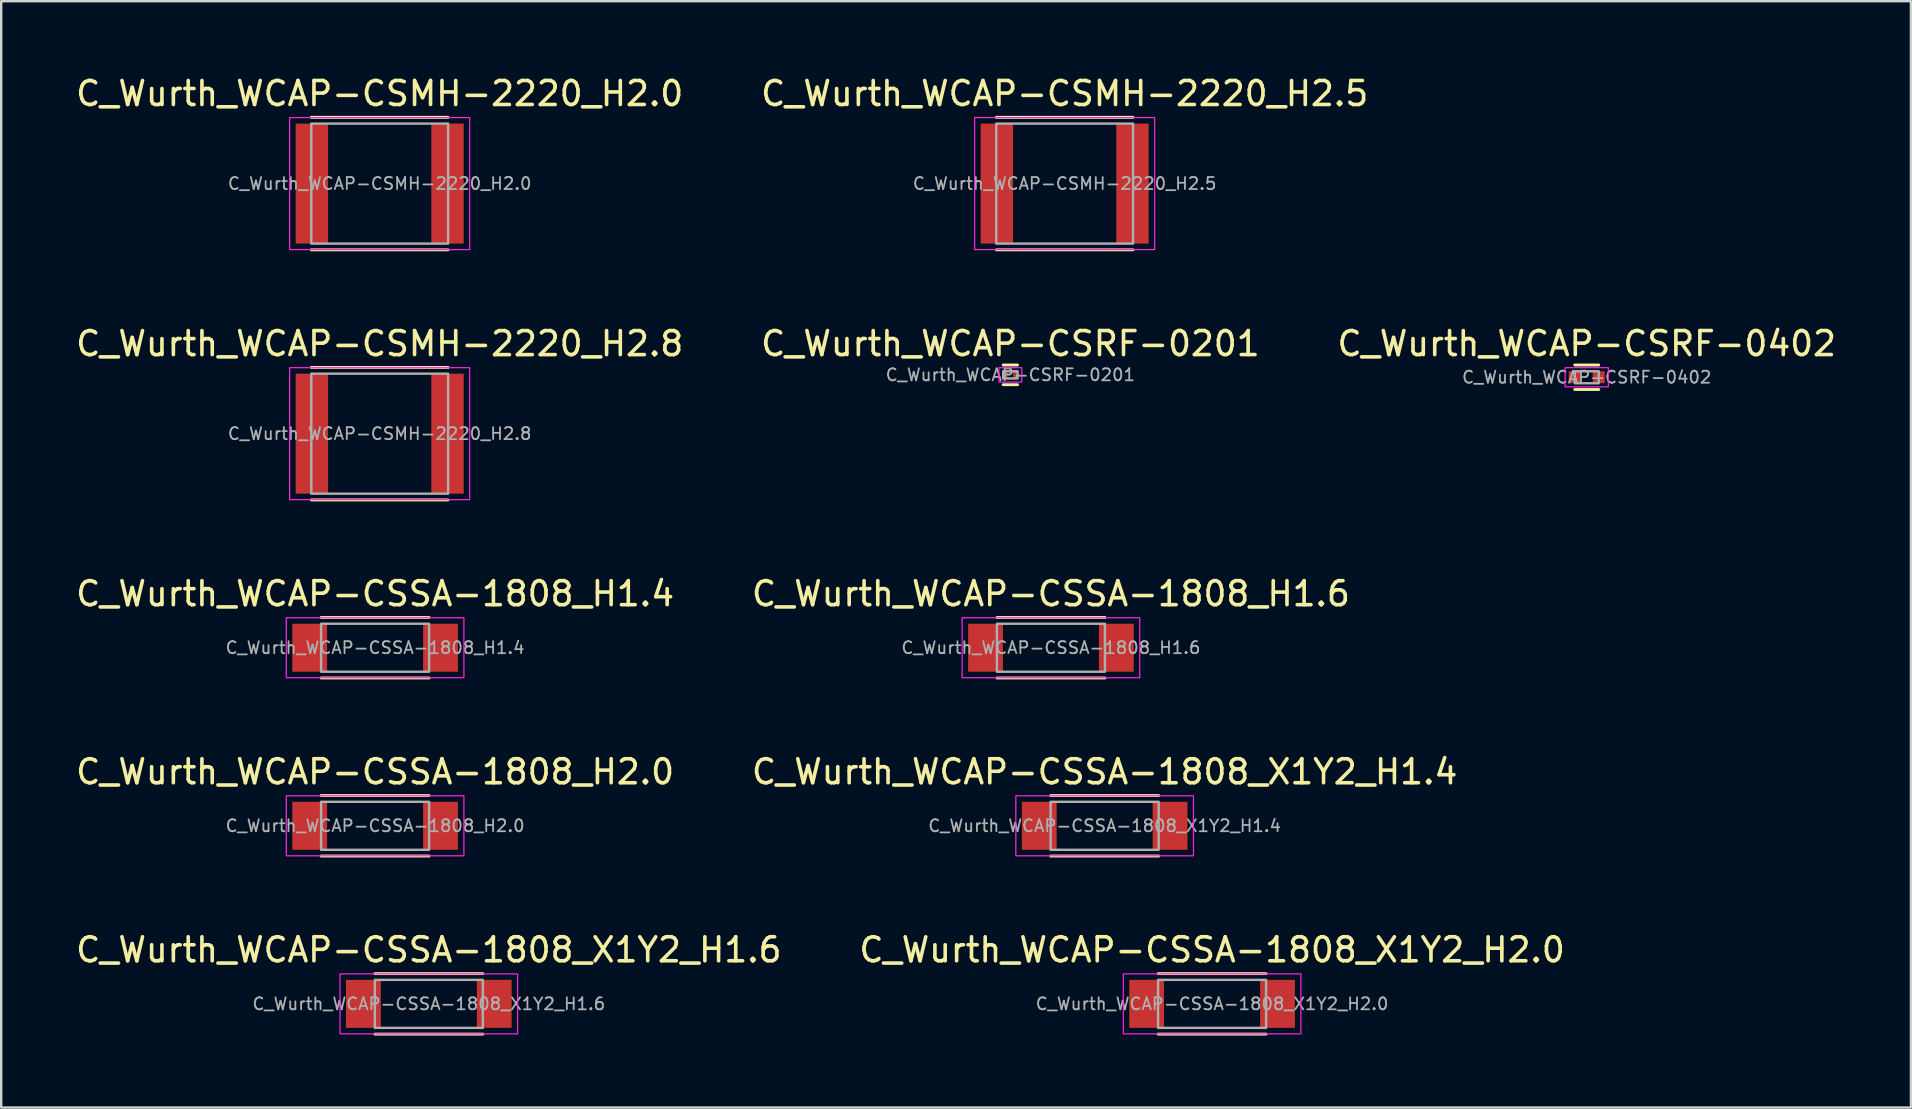
<source format=kicad_pcb>
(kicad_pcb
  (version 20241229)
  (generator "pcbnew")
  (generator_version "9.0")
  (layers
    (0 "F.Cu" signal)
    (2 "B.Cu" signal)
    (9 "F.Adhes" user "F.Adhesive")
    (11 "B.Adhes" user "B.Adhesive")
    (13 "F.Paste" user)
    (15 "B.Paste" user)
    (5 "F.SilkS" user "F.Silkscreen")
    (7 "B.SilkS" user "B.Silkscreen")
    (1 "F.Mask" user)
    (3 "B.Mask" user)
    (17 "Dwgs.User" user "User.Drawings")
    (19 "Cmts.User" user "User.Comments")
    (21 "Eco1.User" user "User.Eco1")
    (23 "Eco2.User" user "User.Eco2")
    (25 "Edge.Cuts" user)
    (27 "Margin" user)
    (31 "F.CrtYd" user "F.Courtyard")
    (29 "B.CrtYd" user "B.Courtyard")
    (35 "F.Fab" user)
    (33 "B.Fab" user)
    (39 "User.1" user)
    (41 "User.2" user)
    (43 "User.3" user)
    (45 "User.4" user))
  (footprint "C_Wurth_WCAP-CSSA-1808_H1.4"
    (layer "F.Cu")
    (at 12.577 23.935)
    (property "Reference" "C_Wurth_WCAP-CSSA-1808_H1.4" (at 0 -2.25 0) (unlocked yes) (layer "F.SilkS") (effects (font (size 1 1) (thickness 0.15))))
    (attr smd)
    (fp_line (start -2.25 -1.26) (end 2.25 -1.26) (stroke (width 0.12) (type solid)) (layer "F.SilkS"))
    (fp_line (start -2.25 1.26) (end 2.25 1.26) (stroke (width 0.12) (type solid)) (layer "F.SilkS"))
    (fp_rect (start -3.7 -1.25) (end 3.7 1.25) (stroke (width 0.05) (type solid)) (fill no) (layer "F.CrtYd"))
    (fp_rect (start -2.25 -1) (end 2.25 1) (stroke (width 0.1) (type solid)) (fill no) (layer "F.Fab"))
    (fp_text user "${REFERENCE}" (at 0 0 0) (unlocked yes) (layer "F.Fab") (effects (font (size 0.5 0.5) (thickness 0.075))))
    (pad "1" smd rect (at -2.725 0) (size 1.45 2) (layers "F.Cu" "F.Mask" "F.Paste"))
    (pad "2" smd rect (at 2.725 0) (size 1.45 2) (layers "F.Cu" "F.Mask" "F.Paste")))
  (footprint "C_Wurth_WCAP-CSMH-2220_H2.0"
    (layer "F.Cu")
    (at 12.768 4.598)
    (property "Reference" "C_Wurth_WCAP-CSMH-2220_H2.0" (at 0 -3.75 0) (unlocked yes) (layer "F.SilkS") (effects (font (size 1 1) (thickness 0.15))))
    (attr smd)
    (fp_line (start -2.85 -2.76) (end 2.85 -2.76) (stroke (width 0.12) (type solid)) (layer "F.SilkS"))
    (fp_line (start -2.85 2.76) (end 2.85 2.76) (stroke (width 0.12) (type solid)) (layer "F.SilkS"))
    (fp_rect (start -3.75 -2.75) (end 3.75 2.75) (stroke (width 0.05) (type solid)) (fill no) (layer "F.CrtYd"))
    (fp_rect (start -2.85 -2.5) (end 2.85 2.5) (stroke (width 0.1) (type solid)) (fill no) (layer "F.Fab"))
    (fp_text user "${REFERENCE}" (at 0 0 0) (unlocked yes) (layer "F.Fab") (effects (font (size 0.5 0.5) (thickness 0.075))))
    (pad "1" smd rect (at -2.825 0) (size 1.35 5) (layers "F.Cu" "F.Mask" "F.Paste"))
    (pad "2" smd rect (at 2.825 0) (size 1.35 5) (layers "F.Cu" "F.Mask" "F.Paste")))
  (footprint "C_Wurth_WCAP-CSSA-1808_X1Y2_H2.0"
    (layer "F.Cu")
    (at 47.446 38.771)
    (property "Reference" "C_Wurth_WCAP-CSSA-1808_X1Y2_H2.0" (at 0 -2.25 0) (unlocked yes) (layer "F.SilkS") (effects (font (size 1 1) (thickness 0.15))))
    (attr smd)
    (fp_line (start -2.25 -1.26) (end 2.25 -1.26) (stroke (width 0.12) (type solid)) (layer "F.SilkS"))
    (fp_line (start -2.25 1.26) (end 2.25 1.26) (stroke (width 0.12) (type solid)) (layer "F.SilkS"))
    (fp_rect (start -3.7 -1.25) (end 3.7 1.25) (stroke (width 0.05) (type solid)) (fill no) (layer "F.CrtYd"))
    (fp_rect (start -2.25 -1) (end 2.25 1) (stroke (width 0.1) (type solid)) (fill no) (layer "F.Fab"))
    (fp_text user "${REFERENCE}" (at 0 0 0) (unlocked yes) (layer "F.Fab") (effects (font (size 0.5 0.5) (thickness 0.075))))
    (pad "1" smd rect (at -2.725 0) (size 1.45 2) (layers "F.Cu" "F.Mask" "F.Paste"))
    (pad "2" smd rect (at 2.725 0) (size 1.45 2) (layers "F.Cu" "F.Mask" "F.Paste")))
  (footprint "C_Wurth_WCAP-CSSA-1808_X1Y2_H1.6"
    (layer "F.Cu")
    (at 14.815 38.771)
    (property "Reference" "C_Wurth_WCAP-CSSA-1808_X1Y2_H1.6" (at 0 -2.25 0) (unlocked yes) (layer "F.SilkS") (effects (font (size 1 1) (thickness 0.15))))
    (attr smd)
    (fp_line (start -2.25 -1.26) (end 2.25 -1.26) (stroke (width 0.12) (type solid)) (layer "F.SilkS"))
    (fp_line (start -2.25 1.26) (end 2.25 1.26) (stroke (width 0.12) (type solid)) (layer "F.SilkS"))
    (fp_rect (start -3.7 -1.25) (end 3.7 1.25) (stroke (width 0.05) (type solid)) (fill no) (layer "F.CrtYd"))
    (fp_rect (start -2.25 -1) (end 2.25 1) (stroke (width 0.1) (type solid)) (fill no) (layer "F.Fab"))
    (fp_text user "${REFERENCE}" (at 0 0 0) (unlocked yes) (layer "F.Fab") (effects (font (size 0.5 0.5) (thickness 0.075))))
    (pad "1" smd rect (at -2.725 0) (size 1.45 2) (layers "F.Cu" "F.Mask" "F.Paste"))
    (pad "2" smd rect (at 2.725 0) (size 1.45 2) (layers "F.Cu" "F.Mask" "F.Paste")))
  (footprint "C_Wurth_WCAP-CSRF-0402"
    (layer "F.Cu")
    (at 63.054 12.666)
    (property "Reference" "C_Wurth_WCAP-CSRF-0402" (at 0 -1.4 0) (unlocked yes) (layer "F.SilkS") (effects (font (size 1 1) (thickness 0.15))))
    (attr smd)
    (fp_line (start -0.5 -0.51) (end 0.5 -0.51) (stroke (width 0.12) (type solid)) (layer "F.SilkS"))
    (fp_line (start -0.5 0.51) (end 0.5 0.51) (stroke (width 0.12) (type solid)) (layer "F.SilkS"))
    (fp_rect (start -0.9 -0.4) (end 0.9 0.4) (stroke (width 0.05) (type solid)) (fill no) (layer "F.CrtYd"))
    (fp_rect (start -0.5 -0.25) (end 0.5 0.25) (stroke (width 0.1) (type solid)) (fill no) (layer "F.Fab"))
    (fp_text user "${REFERENCE}" (at 0 0 0) (unlocked yes) (layer "F.Fab") (effects (font (size 0.5 0.5) (thickness 0.075))))
    (pad "1" smd rect (at -0.5 0) (size 0.5 0.5) (layers "F.Cu" "F.Mask" "F.Paste"))
    (pad "2" smd rect (at 0.5 0) (size 0.5 0.5) (layers "F.Cu" "F.Mask" "F.Paste")))
  (footprint "C_Wurth_WCAP-CSRF-0201"
    (layer "F.Cu")
    (at 39.042 12.566)
    (property "Reference" "C_Wurth_WCAP-CSRF-0201" (at 0 -1.3 0) (unlocked yes) (layer "F.SilkS") (effects (font (size 1 1) (thickness 0.15))))
    (attr smd)
    (fp_line (start -0.3 -0.41) (end 0.3 -0.41) (stroke (width 0.12) (type solid)) (layer "F.SilkS"))
    (fp_line (start -0.3 0.41) (end 0.3 0.41) (stroke (width 0.12) (type solid)) (layer "F.SilkS"))
    (fp_rect (start -0.475 -0.3) (end 0.475 0.3) (stroke (width 0.05) (type solid)) (fill no) (layer "F.CrtYd"))
    (fp_rect (start -0.3 -0.15) (end 0.3 0.15) (stroke (width 0.1) (type solid)) (fill no) (layer "F.Fab"))
    (fp_text user "${REFERENCE}" (at 0 0 0) (unlocked yes) (layer "F.Fab") (effects (font (size 0.5 0.5) (thickness 0.075))))
    (pad "1" smd rect (at -0.22 0) (size 0.21 0.3) (layers "F.Cu" "F.Mask" "F.Paste"))
    (pad "2" smd rect (at 0.22 0) (size 0.21 0.3) (layers "F.Cu" "F.Mask" "F.Paste")))
  (footprint "C_Wurth_WCAP-CSMH-2220_H2.8"
    (layer "F.Cu")
    (at 12.768 15.017)
    (property "Reference" "C_Wurth_WCAP-CSMH-2220_H2.8" (at 0 -3.75 0) (unlocked yes) (layer "F.SilkS") (effects (font (size 1 1) (thickness 0.15))))
    (attr smd)
    (fp_line (start -2.85 -2.76) (end 2.85 -2.76) (stroke (width 0.12) (type solid)) (layer "F.SilkS"))
    (fp_line (start -2.85 2.76) (end 2.85 2.76) (stroke (width 0.12) (type solid)) (layer "F.SilkS"))
    (fp_rect (start -3.75 -2.75) (end 3.75 2.75) (stroke (width 0.05) (type solid)) (fill no) (layer "F.CrtYd"))
    (fp_rect (start -2.85 -2.5) (end 2.85 2.5) (stroke (width 0.1) (type solid)) (fill no) (layer "F.Fab"))
    (fp_text user "${REFERENCE}" (at 0 0 0) (unlocked yes) (layer "F.Fab") (effects (font (size 0.5 0.5) (thickness 0.075))))
    (pad "1" smd rect (at -2.825 0) (size 1.35 5) (layers "F.Cu" "F.Mask" "F.Paste"))
    (pad "2" smd rect (at 2.825 0) (size 1.35 5) (layers "F.Cu" "F.Mask" "F.Paste")))
  (footprint "C_Wurth_WCAP-CSSA-1808_H2.0"
    (layer "F.Cu")
    (at 12.577 31.353)
    (property "Reference" "C_Wurth_WCAP-CSSA-1808_H2.0" (at 0 -2.25 0) (unlocked yes) (layer "F.SilkS") (effects (font (size 1 1) (thickness 0.15))))
    (attr smd)
    (fp_line (start -2.25 -1.26) (end 2.25 -1.26) (stroke (width 0.12) (type solid)) (layer "F.SilkS"))
    (fp_line (start -2.25 1.26) (end 2.25 1.26) (stroke (width 0.12) (type solid)) (layer "F.SilkS"))
    (fp_rect (start -3.7 -1.25) (end 3.7 1.25) (stroke (width 0.05) (type solid)) (fill no) (layer "F.CrtYd"))
    (fp_rect (start -2.25 -1) (end 2.25 1) (stroke (width 0.1) (type solid)) (fill no) (layer "F.Fab"))
    (fp_text user "${REFERENCE}" (at 0 0 0) (unlocked yes) (layer "F.Fab") (effects (font (size 0.5 0.5) (thickness 0.075))))
    (pad "1" smd rect (at -2.725 0) (size 1.45 2) (layers "F.Cu" "F.Mask" "F.Paste"))
    (pad "2" smd rect (at 2.725 0) (size 1.45 2) (layers "F.Cu" "F.Mask" "F.Paste")))
  (footprint "C_Wurth_WCAP-CSMH-2220_H2.5"
    (layer "F.Cu")
    (at 41.304 4.598)
    (property "Reference" "C_Wurth_WCAP-CSMH-2220_H2.5" (at 0 -3.75 0) (unlocked yes) (layer "F.SilkS") (effects (font (size 1 1) (thickness 0.15))))
    (attr smd)
    (fp_line (start -2.85 -2.76) (end 2.85 -2.76) (stroke (width 0.12) (type solid)) (layer "F.SilkS"))
    (fp_line (start -2.85 2.76) (end 2.85 2.76) (stroke (width 0.12) (type solid)) (layer "F.SilkS"))
    (fp_rect (start -3.75 -2.75) (end 3.75 2.75) (stroke (width 0.05) (type solid)) (fill no) (layer "F.CrtYd"))
    (fp_rect (start -2.85 -2.5) (end 2.85 2.5) (stroke (width 0.1) (type solid)) (fill no) (layer "F.Fab"))
    (fp_text user "${REFERENCE}" (at 0 0 0) (unlocked yes) (layer "F.Fab") (effects (font (size 0.5 0.5) (thickness 0.075))))
    (pad "1" smd rect (at -2.825 0) (size 1.35 5) (layers "F.Cu" "F.Mask" "F.Paste"))
    (pad "2" smd rect (at 2.825 0) (size 1.35 5) (layers "F.Cu" "F.Mask" "F.Paste")))
  (footprint "C_Wurth_WCAP-CSSA-1808_H1.6"
    (layer "F.Cu")
    (at 40.732 23.935)
    (property "Reference" "C_Wurth_WCAP-CSSA-1808_H1.6" (at 0 -2.25 0) (unlocked yes) (layer "F.SilkS") (effects (font (size 1 1) (thickness 0.15))))
    (attr smd)
    (fp_line (start -2.25 -1.26) (end 2.25 -1.26) (stroke (width 0.12) (type solid)) (layer "F.SilkS"))
    (fp_line (start -2.25 1.26) (end 2.25 1.26) (stroke (width 0.12) (type solid)) (layer "F.SilkS"))
    (fp_rect (start -3.7 -1.25) (end 3.7 1.25) (stroke (width 0.05) (type solid)) (fill no) (layer "F.CrtYd"))
    (fp_rect (start -2.25 -1) (end 2.25 1) (stroke (width 0.1) (type solid)) (fill no) (layer "F.Fab"))
    (fp_text user "${REFERENCE}" (at 0 0 0) (unlocked yes) (layer "F.Fab") (effects (font (size 0.5 0.5) (thickness 0.075))))
    (pad "1" smd rect (at -2.725 0) (size 1.45 2) (layers "F.Cu" "F.Mask" "F.Paste"))
    (pad "2" smd rect (at 2.725 0) (size 1.45 2) (layers "F.Cu" "F.Mask" "F.Paste")))
  (footprint "C_Wurth_WCAP-CSSA-1808_X1Y2_H1.4"
    (layer "F.Cu")
    (at 42.97 31.353)
    (property "Reference" "C_Wurth_WCAP-CSSA-1808_X1Y2_H1.4" (at 0 -2.25 0) (unlocked yes) (layer "F.SilkS") (effects (font (size 1 1) (thickness 0.15))))
    (attr smd)
    (fp_line (start -2.25 -1.26) (end 2.25 -1.26) (stroke (width 0.12) (type solid)) (layer "F.SilkS"))
    (fp_line (start -2.25 1.26) (end 2.25 1.26) (stroke (width 0.12) (type solid)) (layer "F.SilkS"))
    (fp_rect (start -3.7 -1.25) (end 3.7 1.25) (stroke (width 0.05) (type solid)) (fill no) (layer "F.CrtYd"))
    (fp_rect (start -2.25 -1) (end 2.25 1) (stroke (width 0.1) (type solid)) (fill no) (layer "F.Fab"))
    (fp_text user "${REFERENCE}" (at 0 0 0) (unlocked yes) (layer "F.Fab") (effects (font (size 0.5 0.5) (thickness 0.075))))
    (pad "1" smd rect (at -2.725 0) (size 1.45 2) (layers "F.Cu" "F.Mask" "F.Paste"))
    (pad "2" smd rect (at 2.725 0) (size 1.45 2) (layers "F.Cu" "F.Mask" "F.Paste")))
  (gr_rect
    (start -3 -3)
    (end 76.56 43.091)
    (stroke (width 0.1) (type default))
    (fill no)
    (layer "Edge.Cuts")))
</source>
